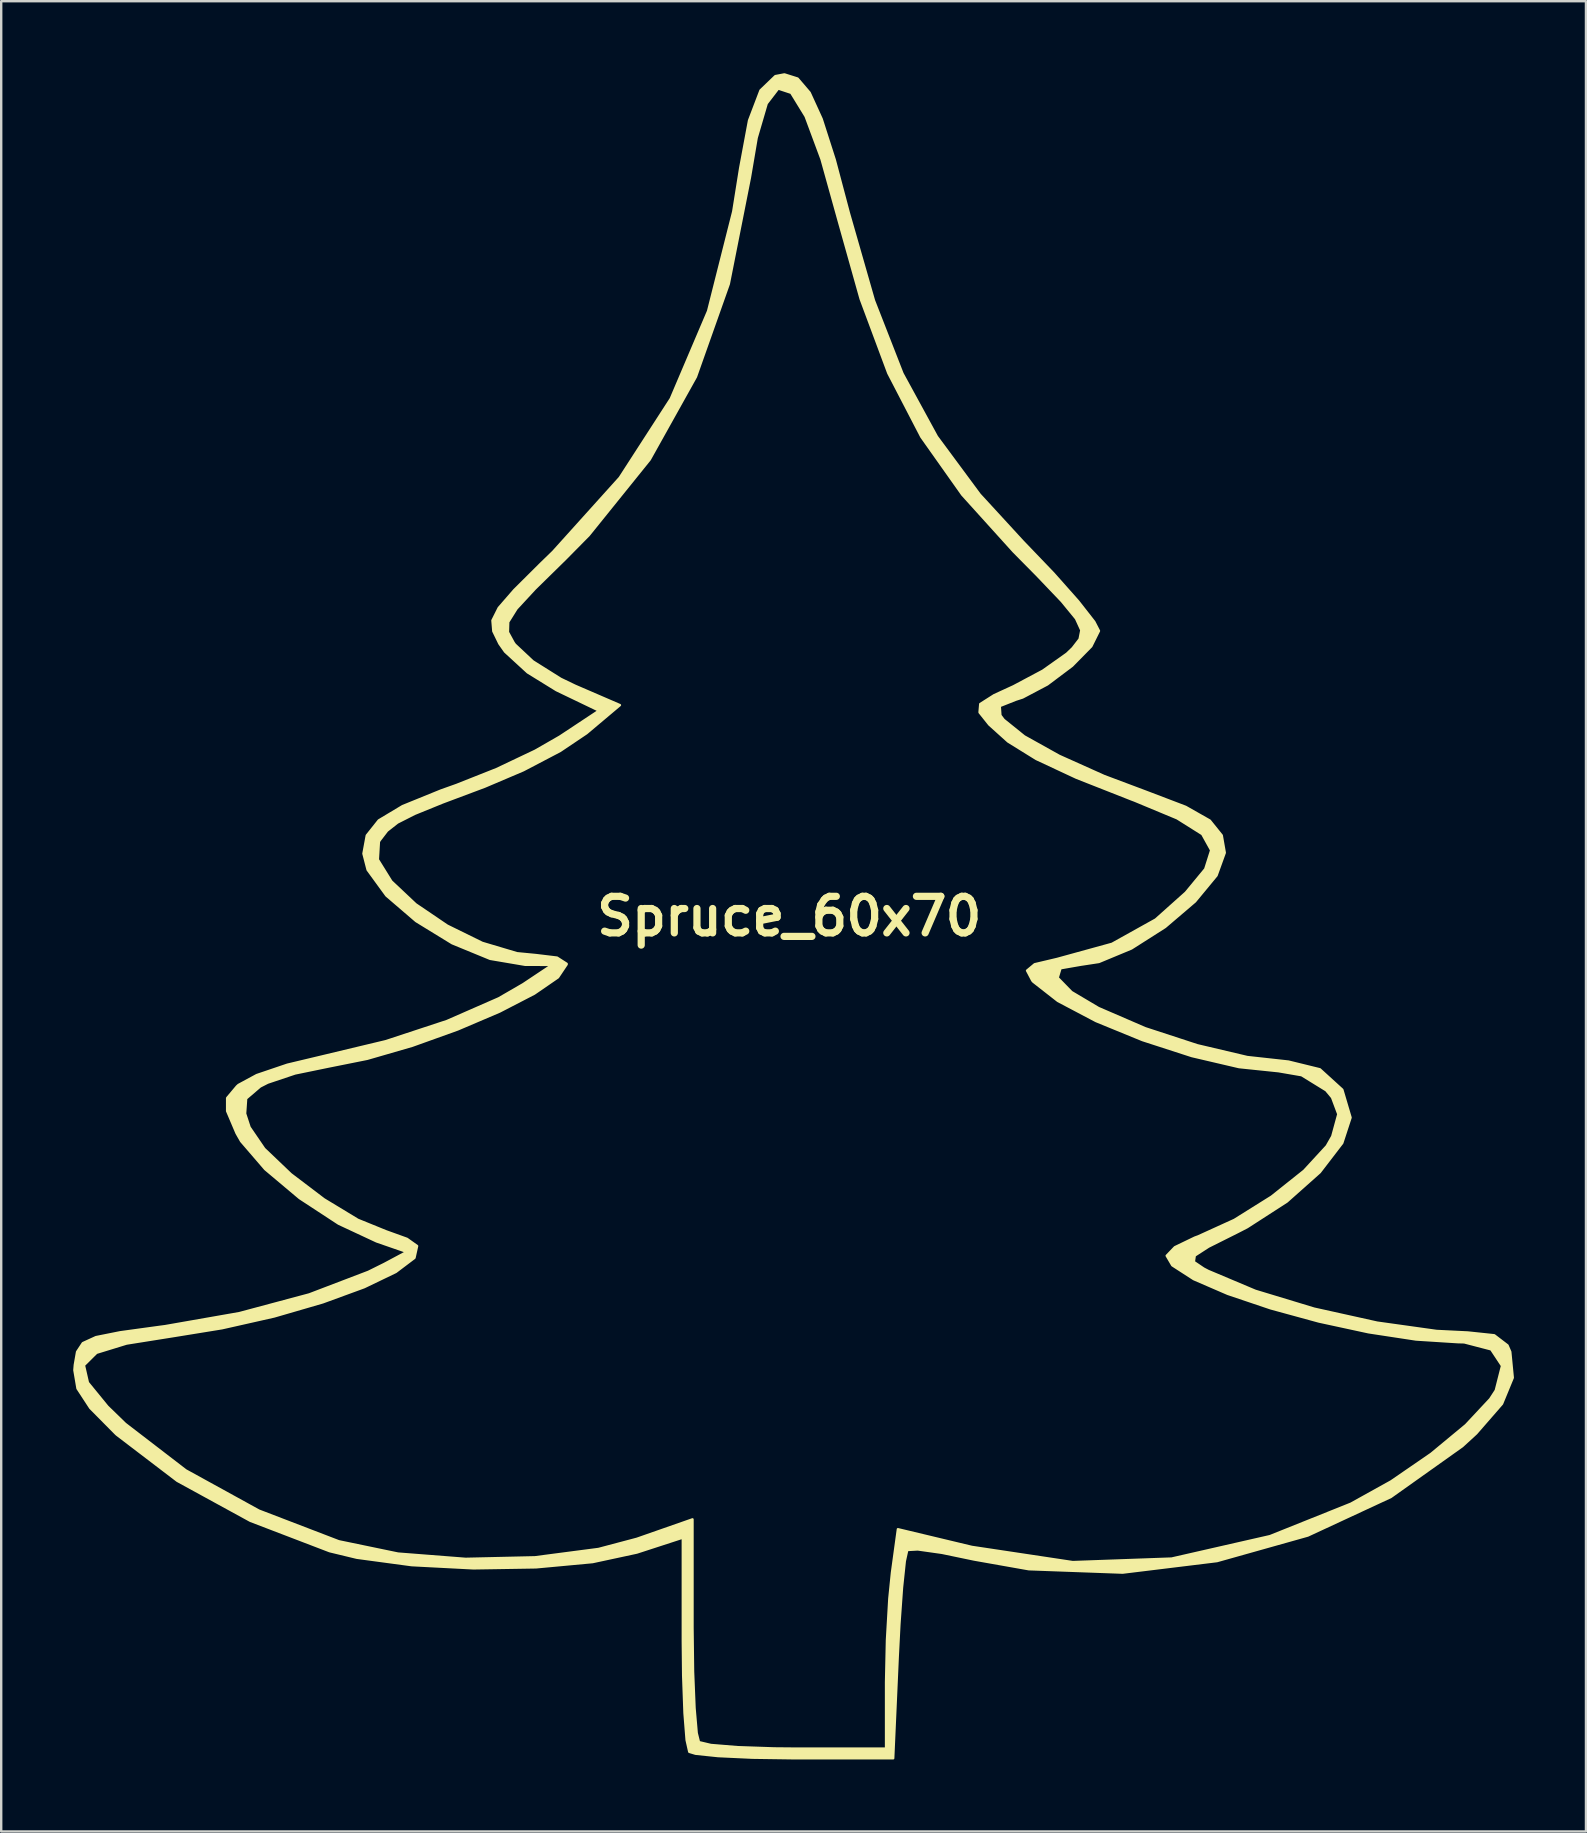
<source format=kicad_pcb>
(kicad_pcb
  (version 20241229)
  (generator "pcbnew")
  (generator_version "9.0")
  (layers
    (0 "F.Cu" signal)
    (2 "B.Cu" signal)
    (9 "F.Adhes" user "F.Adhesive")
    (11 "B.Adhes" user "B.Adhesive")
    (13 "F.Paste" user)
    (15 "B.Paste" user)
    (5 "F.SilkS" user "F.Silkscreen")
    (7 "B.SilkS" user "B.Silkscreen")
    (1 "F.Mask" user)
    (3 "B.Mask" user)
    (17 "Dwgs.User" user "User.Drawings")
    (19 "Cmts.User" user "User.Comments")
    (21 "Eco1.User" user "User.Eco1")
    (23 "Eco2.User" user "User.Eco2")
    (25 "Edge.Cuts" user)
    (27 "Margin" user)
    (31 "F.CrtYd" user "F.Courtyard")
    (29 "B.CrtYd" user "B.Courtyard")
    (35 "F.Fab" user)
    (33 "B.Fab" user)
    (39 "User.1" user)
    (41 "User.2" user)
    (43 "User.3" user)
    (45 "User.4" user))
  (footprint "Spruce_60x70"
    (layer "F.Cu")
    (at 29.832 35.126)
    (property "Reference" "Spruce_60x70" (at 0 0 0) (layer "F.SilkS") (effects (font (size 1.524 1.524) (thickness 0.3))))
    (attr exclude_from_pos_files exclude_from_bom)
    (fp_circle (center -29.5 18.3) (end -29.5 18.4) (stroke (width 0.15) (type solid)) (fill no) (layer "F.SilkS"))
    (fp_circle (center -23.1 7.7) (end -23 7.8) (stroke (width 0.15) (type solid)) (fill no) (layer "F.SilkS"))
    (fp_circle (center -17.3 -3.1) (end -17.3 -3) (stroke (width 0.15) (type solid)) (fill no) (layer "F.SilkS"))
    (fp_circle (center -15.8 13.8) (end -15.9 13.8) (stroke (width 0.15) (type solid)) (fill no) (layer "F.SilkS"))
    (fp_circle (center -12.1 -12.2) (end -12 -12.1) (stroke (width 0.15) (type solid)) (fill no) (layer "F.SilkS"))
    (fp_circle (center -9.7 2) (end -9.7 2.1) (stroke (width 0.15) (type solid)) (fill no) (layer "F.SilkS"))
    (fp_circle (center -7.6 -8.8) (end -7.7 -8.8) (stroke (width 0.15) (type solid)) (fill no) (layer "F.SilkS"))
    (fp_circle (center -4.3 25.5) (end -4.4 25.6) (stroke (width 0.15) (type solid)) (fill no) (layer "F.SilkS"))
    (fp_circle (center -4.3 25.5) (end -4.3 25.6) (stroke (width 0.15) (type solid)) (fill no) (layer "F.SilkS"))
    (fp_circle (center -3.9 34.6) (end -3.9 34.7) (stroke (width 0.15) (type solid)) (fill no) (layer "F.SilkS"))
    (fp_circle (center -0.3 -34.8) (end -0.2 -34.8) (stroke (width 0.15) (type solid)) (fill no) (layer "F.SilkS"))
    (fp_circle (center 4.1 34.9) (end 4 34.9) (stroke (width 0.15) (type solid)) (fill no) (layer "F.SilkS"))
    (fp_circle (center 4.8 25.9) (end 4.7 25.9) (stroke (width 0.15) (type solid)) (fill no) (layer "F.SilkS"))
    (fp_circle (center 8.4 -8.6) (end 8.2 -8.6) (stroke (width 0.15) (type solid)) (fill no) (layer "F.SilkS"))
    (fp_circle (center 10.7 2.2) (end 10.7 2.4) (stroke (width 0.15) (type solid)) (fill no) (layer "F.SilkS"))
    (fp_circle (center 12.6 -11.9) (end 12.5 -11.9) (stroke (width 0.15) (type solid)) (fill no) (layer "F.SilkS"))
    (fp_circle (center 16.3 14.1) (end 16.3 14.2) (stroke (width 0.15) (type solid)) (fill no) (layer "F.SilkS"))
    (fp_circle (center 17.6 -3.4) (end 17.7 -3.3) (stroke (width 0.15) (type solid)) (fill no) (layer "F.SilkS"))
    (fp_circle (center 22.9 7.5) (end 22.9 7.6) (stroke (width 0.15) (type solid)) (fill no) (layer "F.SilkS"))
    (fp_circle (center 29.6 18) (end 29.6 18.1) (stroke (width 0.15) (type solid)) (fill no) (layer "F.SilkS"))
    (fp_poly (pts (xy 30.141 19.222) (xy 29.695 20.304) (xy 29.695 18.725) (xy 29.242 18.04) (xy 28.118 17.747) (xy 27.85 17.74) (xy 26.11 17.629) (xy 24.129 17.327) (xy 22.059 16.879) (xy 20.053 16.33) (xy 18.266 15.727) (xy 16.849 15.114) (xy 15.957 14.538) (xy 15.724 14.14) (xy 16.064 13.785) (xy 16.898 13.383) (xy 17.034 13.334) (xy 18.543 12.647) (xy 20.09 11.679) (xy 21.448 10.597) (xy 22.391 9.572) (xy 22.622 9.166) (xy 22.875 8.241) (xy 22.614 7.544) (xy 22.367 7.247) (xy 21.345 6.617) (xy 20.383 6.451) (xy 18.735 6.28) (xy 16.772 5.821) (xy 14.713 5.154) (xy 12.779 4.362) (xy 11.189 3.523) (xy 10.164 2.721) (xy 10.125 2.676) (xy 9.906 2.26) (xy 10.223 1.996) (xy 11.158 1.775) (xy 13.447 1.145) (xy 15.265 0.132) (xy 16.52 -0.989) (xy 17.331 -1.972) (xy 17.578 -2.753) (xy 17.205 -3.426) (xy 16.159 -4.084) (xy 14.384 -4.823) (xy 14.269 -4.866) (xy 11.961 -5.775) (xy 10.291 -6.555) (xy 9.115 -7.284) (xy 8.332 -7.989) (xy 7.927 -8.497) (xy 7.957 -8.846) (xy 8.534 -9.213) (xy 9.341 -9.584) (xy 10.566 -10.236) (xy 11.565 -10.944) (xy 11.808 -11.178) (xy 12.097 -11.553) (xy 12.168 -11.92) (xy 11.947 -12.404) (xy 11.356 -13.126) (xy 10.32 -14.212) (xy 9.343 -15.201) (xy 7.207 -17.565) (xy 5.502 -19.975) (xy 4.126 -22.628) (xy 2.975 -25.718) (xy 2.064 -28.959) (xy 1.344 -31.544) (xy 0.682 -33.328) (xy 0.08 -34.309) (xy -0.461 -34.488) (xy -0.941 -33.863) (xy -1.359 -32.435) (xy -1.642 -30.77) (xy -2.52 -26.346) (xy -3.89 -22.476) (xy -5.813 -19.03) (xy -8.352 -15.88) (xy -9.332 -14.887) (xy -10.597 -13.646) (xy -11.362 -12.819) (xy -11.709 -12.264) (xy -11.722 -11.839) (xy -11.485 -11.404) (xy -11.43 -11.325) (xy -10.682 -10.624) (xy -9.52 -9.894) (xy -8.924 -9.607) (xy -7.056 -8.8) (xy -8.447 -7.629) (xy -9.546 -6.89) (xy -11.079 -6.087) (xy -12.68 -5.406) (xy -14.444 -4.744) (xy -15.606 -4.271) (xy -16.324 -3.907) (xy -16.756 -3.567) (xy -17.059 -3.172) (xy -17.097 -3.112) (xy -17.141 -2.365) (xy -16.578 -1.458) (xy -15.564 -0.503) (xy -14.25 0.388) (xy -12.792 1.105) (xy -11.343 1.537) (xy -10.557 1.613) (xy -9.676 1.719) (xy -9.275 1.976) (xy -9.273 1.999) (xy -9.636 2.541) (xy -10.621 3.219) (xy -12.066 3.966) (xy -13.815 4.712) (xy -15.706 5.391) (xy -17.581 5.934) (xy -19.236 6.266) (xy -20.589 6.545) (xy -21.73 6.928) (xy -22.043 7.088) (xy -22.628 7.589) (xy -22.671 8.219) (xy -22.485 8.788) (xy -21.873 9.684) (xy -20.763 10.743) (xy -19.385 11.789) (xy -17.974 12.644) (xy -16.799 13.122) (xy -15.928 13.436) (xy -15.506 13.735) (xy -15.615 14.228) (xy -16.392 14.815) (xy -17.709 15.449) (xy -19.439 16.082) (xy -21.455 16.668) (xy -23.631 17.159) (xy -25.597 17.478) (xy -27.613 17.799) (xy -28.863 18.183) (xy -29.386 18.702) (xy -29.221 19.425) (xy -28.407 20.422) (xy -27.665 21.143) (xy -25.145 23.08) (xy -22.096 24.758) (xy -18.788 26.028) (xy -18.748 26.04) (xy -16.302 26.548) (xy -13.483 26.768) (xy -10.597 26.703) (xy -7.945 26.356) (xy -6.35 25.933) (xy -4.032 25.122) (xy -4.032 29.629) (xy -4.009 31.46) (xy -3.947 32.984) (xy -3.857 34.026) (xy -3.763 34.404) (xy -3.266 34.522) (xy -2.157 34.613) (xy -0.629 34.665) (xy 0.269 34.673) (xy 4.032 34.673) (xy 4.032 31.907) (xy 4.07 30.155) (xy 4.169 28.427) (xy 4.279 27.337) (xy 4.526 25.533) (xy 7.605 26.27) (xy 11.81 26.903) (xy 15.929 26.756) (xy 20.026 25.822) (xy 23.399 24.47) (xy 25.075 23.539) (xy 26.742 22.392) (xy 28.188 21.194) (xy 29.2 20.111) (xy 29.435 19.749) (xy 29.695 18.725) (xy 29.695 20.304) (xy 29.694 20.307) (xy 28.619 21.542) (xy 28.038 22.075) (xy 25.065 24.188) (xy 21.603 25.796) (xy 17.821 26.86) (xy 13.89 27.341) (xy 9.978 27.199) (xy 7.703 26.796) (xy 6.359 26.516) (xy 5.353 26.374) (xy 4.915 26.398) (xy 4.812 26.864) (xy 4.697 27.957) (xy 4.587 29.502) (xy 4.518 30.842) (xy 4.329 35.076) (xy 0.216 35.076) (xy -1.531 35.051) (xy -2.966 34.984) (xy -3.905 34.886) (xy -4.166 34.807) (xy -4.276 34.317) (xy -4.364 33.198) (xy -4.42 31.631) (xy -4.435 30.21) (xy -4.435 25.882) (xy -6.35 26.505) (xy -8.193 26.902) (xy -10.552 27.121) (xy -13.156 27.163) (xy -15.734 27.029) (xy -18.017 26.721) (xy -19.151 26.447) (xy -22.454 25.182) (xy -25.499 23.515) (xy -28.018 21.593) (xy -28.062 21.552) (xy -29.122 20.481) (xy -29.653 19.669) (xy -29.782 18.907) (xy -29.765 18.692) (xy -29.67 18.144) (xy -29.43 17.78) (xy -28.886 17.531) (xy -27.878 17.329) (xy -26.249 17.105) (xy -26.005 17.073) (xy -22.912 16.531) (xy -19.999 15.751) (xy -17.534 14.81) (xy -16.876 14.483) (xy -15.933 13.979) (xy -17.196 13.541) (xy -18.774 12.804) (xy -20.4 11.739) (xy -21.835 10.532) (xy -22.836 9.369) (xy -23.025 9.038) (xy -23.419 8.112) (xy -23.419 7.569) (xy -23.011 7.083) (xy -22.946 7.024) (xy -22.188 6.614) (xy -20.914 6.182) (xy -19.475 5.839) (xy -16.806 5.2) (xy -14.261 4.361) (xy -12.1 3.414) (xy -11.087 2.827) (xy -9.878 2.021) (xy -10.999 2.019) (xy -12.463 1.77) (xy -14.043 1.12) (xy -15.547 0.197) (xy -16.785 -0.866) (xy -17.566 -1.938) (xy -17.74 -2.613) (xy -17.601 -3.369) (xy -17.102 -3.997) (xy -16.112 -4.591) (xy -14.506 -5.244) (xy -13.855 -5.476) (xy -12.196 -6.134) (xy -10.583 -6.9) (xy -9.56 -7.488) (xy -7.925 -8.57) (xy -9.704 -9.425) (xy -10.901 -10.164) (xy -11.842 -11.028) (xy -12.078 -11.363) (xy -12.329 -11.879) (xy -12.366 -12.327) (xy -12.104 -12.85) (xy -11.459 -13.592) (xy -10.346 -14.699) (xy -9.837 -15.193) (xy -7.063 -18.273) (xy -4.935 -21.567) (xy -3.381 -25.217) (xy -2.334 -29.363) (xy -2.045 -31.173) (xy -1.675 -33.157) (xy -1.198 -34.41) (xy -0.58 -35.004) (xy -0.202 -35.076) (xy 0.346 -34.903) (xy 0.847 -34.317) (xy 1.348 -33.221) (xy 1.894 -31.518) (xy 2.481 -29.307) (xy 3.527 -25.657) (xy 4.715 -22.616) (xy 6.149 -19.988) (xy 7.934 -17.575) (xy 9.731 -15.619) (xy 11.008 -14.287) (xy 12.038 -13.126) (xy 12.706 -12.272) (xy 12.902 -11.892) (xy 12.582 -11.249) (xy 11.785 -10.439) (xy 10.751 -9.662) (xy 9.721 -9.118) (xy 9.433 -9.025) (xy 8.768 -8.761) (xy 8.795 -8.372) (xy 8.933 -8.189) (xy 9.79 -7.498) (xy 11.246 -6.686) (xy 13.118 -5.846) (xy 14.854 -5.194) (xy 16.512 -4.562) (xy 17.52 -3.99) (xy 18.017 -3.372) (xy 18.143 -2.65) (xy 17.8 -1.703) (xy 16.905 -0.62) (xy 15.657 0.445) (xy 14.256 1.337) (xy 12.901 1.9) (xy 12.139 2.016) (xy 11.3 2.162) (xy 11.181 2.56) (xy 11.758 3.153) (xy 12.88 3.819) (xy 14.828 4.661) (xy 16.998 5.371) (xy 19.082 5.862) (xy 20.773 6.048) (xy 20.786 6.048) (xy 22.106 6.372) (xy 23.04 7.222) (xy 23.384 8.384) (xy 23.038 9.443) (xy 22.103 10.661) (xy 20.732 11.881) (xy 19.078 12.949) (xy 18.678 13.155) (xy 17.469 13.76) (xy 16.892 14.133) (xy 16.854 14.397) (xy 17.264 14.674) (xy 17.453 14.773) (xy 19.416 15.601) (xy 21.867 16.344) (xy 24.49 16.926) (xy 26.966 17.273) (xy 28.269 17.337) (xy 29.37 17.453) (xy 29.921 17.874) (xy 30.037 18.143) (xy 30.141 19.222)) (stroke (width 0.1) (type solid)) (fill yes) (layer "F.SilkS")))
  (gr_rect
    (start -3 -3)
    (end 63.023 73.252)
    (stroke (width 0.1) (type default))
    (fill no)
    (layer "Edge.Cuts")))
</source>
